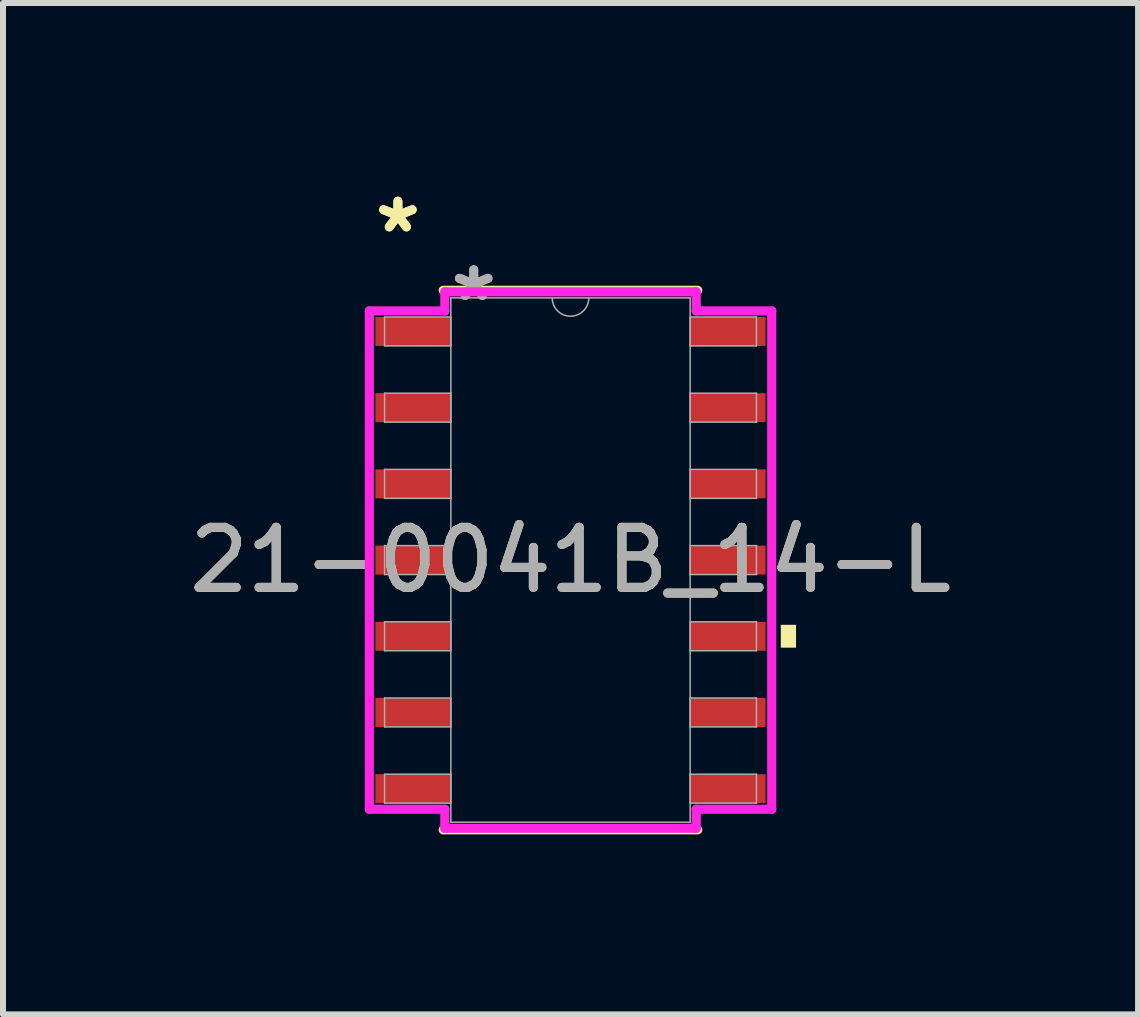
<source format=kicad_pcb>
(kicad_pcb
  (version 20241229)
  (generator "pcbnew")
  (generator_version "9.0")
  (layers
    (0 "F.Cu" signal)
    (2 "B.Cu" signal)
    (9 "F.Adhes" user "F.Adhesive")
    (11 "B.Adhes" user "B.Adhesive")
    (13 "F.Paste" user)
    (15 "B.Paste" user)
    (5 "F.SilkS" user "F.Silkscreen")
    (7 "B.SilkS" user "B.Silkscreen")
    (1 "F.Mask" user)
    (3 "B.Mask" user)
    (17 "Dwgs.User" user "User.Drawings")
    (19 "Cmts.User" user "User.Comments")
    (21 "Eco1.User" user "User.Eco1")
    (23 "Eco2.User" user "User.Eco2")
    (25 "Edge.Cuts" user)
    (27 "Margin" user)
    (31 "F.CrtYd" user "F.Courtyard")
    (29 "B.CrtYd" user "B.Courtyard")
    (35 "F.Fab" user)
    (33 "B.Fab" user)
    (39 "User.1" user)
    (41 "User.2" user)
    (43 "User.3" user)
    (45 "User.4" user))
  (footprint "21-0041B_14-L"
    (layer "F.Cu")
    (at 6.458 6.284)
    (property "Reference" "21-0041B_14-L" (at 0 0 0) (unlocked yes) (layer "F.SilkS") (effects (font (size 1 1) (thickness 0.15))))
    (attr smd)
    (fp_line (start -2.121 4.496) (end 2.121 4.496) (stroke (width 0.152) (type solid)) (layer "F.SilkS"))
    (fp_line (start 2.121 -4.496) (end -2.121 -4.496) (stroke (width 0.152) (type solid)) (layer "F.SilkS"))
    (fp_poly (pts (xy 3.759 1.079) (xy 3.759 1.46) (xy 3.505 1.46) (xy 3.505 1.079)) (stroke (width 0) (type solid)) (fill yes) (layer "F.SilkS"))
    (fp_line (start -3.353 -4.153) (end -2.095 -4.153) (stroke (width 0.152) (type solid)) (layer "F.CrtYd"))
    (fp_line (start -3.353 4.153) (end -3.353 -4.153) (stroke (width 0.152) (type solid)) (layer "F.CrtYd"))
    (fp_line (start -3.353 4.153) (end -2.095 4.153) (stroke (width 0.152) (type solid)) (layer "F.CrtYd"))
    (fp_line (start -2.095 -4.47) (end 2.095 -4.47) (stroke (width 0.152) (type solid)) (layer "F.CrtYd"))
    (fp_line (start -2.095 -4.153) (end -2.095 -4.47) (stroke (width 0.152) (type solid)) (layer "F.CrtYd"))
    (fp_line (start -2.095 4.47) (end -2.095 4.153) (stroke (width 0.152) (type solid)) (layer "F.CrtYd"))
    (fp_line (start 2.095 -4.47) (end 2.095 -4.153) (stroke (width 0.152) (type solid)) (layer "F.CrtYd"))
    (fp_line (start 2.095 4.153) (end 2.095 4.47) (stroke (width 0.152) (type solid)) (layer "F.CrtYd"))
    (fp_line (start 2.095 4.47) (end -2.095 4.47) (stroke (width 0.152) (type solid)) (layer "F.CrtYd"))
    (fp_line (start 3.353 -4.153) (end 2.095 -4.153) (stroke (width 0.152) (type solid)) (layer "F.CrtYd"))
    (fp_line (start 3.353 -4.153) (end 3.353 4.153) (stroke (width 0.152) (type solid)) (layer "F.CrtYd"))
    (fp_line (start 3.353 4.153) (end 2.095 4.153) (stroke (width 0.152) (type solid)) (layer "F.CrtYd"))
    (fp_line (start -3.099 -4.051) (end -3.099 -3.569) (stroke (width 0.025) (type solid)) (layer "F.Fab"))
    (fp_line (start -3.099 -3.569) (end -1.994 -3.569) (stroke (width 0.025) (type solid)) (layer "F.Fab"))
    (fp_line (start -3.099 -2.781) (end -3.099 -2.299) (stroke (width 0.025) (type solid)) (layer "F.Fab"))
    (fp_line (start -3.099 -2.299) (end -1.994 -2.299) (stroke (width 0.025) (type solid)) (layer "F.Fab"))
    (fp_line (start -3.099 -1.511) (end -3.099 -1.029) (stroke (width 0.025) (type solid)) (layer "F.Fab"))
    (fp_line (start -3.099 -1.029) (end -1.994 -1.029) (stroke (width 0.025) (type solid)) (layer "F.Fab"))
    (fp_line (start -3.099 -0.241) (end -3.099 0.241) (stroke (width 0.025) (type solid)) (layer "F.Fab"))
    (fp_line (start -3.099 0.241) (end -1.994 0.241) (stroke (width 0.025) (type solid)) (layer "F.Fab"))
    (fp_line (start -3.099 1.029) (end -3.099 1.511) (stroke (width 0.025) (type solid)) (layer "F.Fab"))
    (fp_line (start -3.099 1.511) (end -1.994 1.511) (stroke (width 0.025) (type solid)) (layer "F.Fab"))
    (fp_line (start -3.099 2.299) (end -3.099 2.781) (stroke (width 0.025) (type solid)) (layer "F.Fab"))
    (fp_line (start -3.099 2.781) (end -1.994 2.781) (stroke (width 0.025) (type solid)) (layer "F.Fab"))
    (fp_line (start -3.099 3.569) (end -3.099 4.051) (stroke (width 0.025) (type solid)) (layer "F.Fab"))
    (fp_line (start -3.099 4.051) (end -1.994 4.051) (stroke (width 0.025) (type solid)) (layer "F.Fab"))
    (fp_line (start -1.994 -4.369) (end -1.994 4.369) (stroke (width 0.025) (type solid)) (layer "F.Fab"))
    (fp_line (start -1.994 -4.051) (end -3.099 -4.051) (stroke (width 0.025) (type solid)) (layer "F.Fab"))
    (fp_line (start -1.994 -3.569) (end -1.994 -4.051) (stroke (width 0.025) (type solid)) (layer "F.Fab"))
    (fp_line (start -1.994 -2.781) (end -3.099 -2.781) (stroke (width 0.025) (type solid)) (layer "F.Fab"))
    (fp_line (start -1.994 -2.299) (end -1.994 -2.781) (stroke (width 0.025) (type solid)) (layer "F.Fab"))
    (fp_line (start -1.994 -1.511) (end -3.099 -1.511) (stroke (width 0.025) (type solid)) (layer "F.Fab"))
    (fp_line (start -1.994 -1.029) (end -1.994 -1.511) (stroke (width 0.025) (type solid)) (layer "F.Fab"))
    (fp_line (start -1.994 -0.241) (end -3.099 -0.241) (stroke (width 0.025) (type solid)) (layer "F.Fab"))
    (fp_line (start -1.994 0.241) (end -1.994 -0.241) (stroke (width 0.025) (type solid)) (layer "F.Fab"))
    (fp_line (start -1.994 1.029) (end -3.099 1.029) (stroke (width 0.025) (type solid)) (layer "F.Fab"))
    (fp_line (start -1.994 1.511) (end -1.994 1.029) (stroke (width 0.025) (type solid)) (layer "F.Fab"))
    (fp_line (start -1.994 2.299) (end -3.099 2.299) (stroke (width 0.025) (type solid)) (layer "F.Fab"))
    (fp_line (start -1.994 2.781) (end -1.994 2.299) (stroke (width 0.025) (type solid)) (layer "F.Fab"))
    (fp_line (start -1.994 3.569) (end -3.099 3.569) (stroke (width 0.025) (type solid)) (layer "F.Fab"))
    (fp_line (start -1.994 4.051) (end -1.994 3.569) (stroke (width 0.025) (type solid)) (layer "F.Fab"))
    (fp_line (start -1.994 4.369) (end 1.994 4.369) (stroke (width 0.025) (type solid)) (layer "F.Fab"))
    (fp_line (start 1.994 -4.369) (end -1.994 -4.369) (stroke (width 0.025) (type solid)) (layer "F.Fab"))
    (fp_line (start 1.994 -4.051) (end 1.994 -3.569) (stroke (width 0.025) (type solid)) (layer "F.Fab"))
    (fp_line (start 1.994 -3.569) (end 3.099 -3.569) (stroke (width 0.025) (type solid)) (layer "F.Fab"))
    (fp_line (start 1.994 -2.781) (end 1.994 -2.299) (stroke (width 0.025) (type solid)) (layer "F.Fab"))
    (fp_line (start 1.994 -2.299) (end 3.099 -2.299) (stroke (width 0.025) (type solid)) (layer "F.Fab"))
    (fp_line (start 1.994 -1.511) (end 1.994 -1.029) (stroke (width 0.025) (type solid)) (layer "F.Fab"))
    (fp_line (start 1.994 -1.029) (end 3.099 -1.029) (stroke (width 0.025) (type solid)) (layer "F.Fab"))
    (fp_line (start 1.994 -0.241) (end 1.994 0.241) (stroke (width 0.025) (type solid)) (layer "F.Fab"))
    (fp_line (start 1.994 0.241) (end 3.099 0.241) (stroke (width 0.025) (type solid)) (layer "F.Fab"))
    (fp_line (start 1.994 1.029) (end 1.994 1.511) (stroke (width 0.025) (type solid)) (layer "F.Fab"))
    (fp_line (start 1.994 1.511) (end 3.099 1.511) (stroke (width 0.025) (type solid)) (layer "F.Fab"))
    (fp_line (start 1.994 2.299) (end 1.994 2.781) (stroke (width 0.025) (type solid)) (layer "F.Fab"))
    (fp_line (start 1.994 2.781) (end 3.099 2.781) (stroke (width 0.025) (type solid)) (layer "F.Fab"))
    (fp_line (start 1.994 3.569) (end 1.994 4.051) (stroke (width 0.025) (type solid)) (layer "F.Fab"))
    (fp_line (start 1.994 4.051) (end 3.099 4.051) (stroke (width 0.025) (type solid)) (layer "F.Fab"))
    (fp_line (start 1.994 4.369) (end 1.994 -4.369) (stroke (width 0.025) (type solid)) (layer "F.Fab"))
    (fp_line (start 3.099 -4.051) (end 1.994 -4.051) (stroke (width 0.025) (type solid)) (layer "F.Fab"))
    (fp_line (start 3.099 -3.569) (end 3.099 -4.051) (stroke (width 0.025) (type solid)) (layer "F.Fab"))
    (fp_line (start 3.099 -2.781) (end 1.994 -2.781) (stroke (width 0.025) (type solid)) (layer "F.Fab"))
    (fp_line (start 3.099 -2.299) (end 3.099 -2.781) (stroke (width 0.025) (type solid)) (layer "F.Fab"))
    (fp_line (start 3.099 -1.511) (end 1.994 -1.511) (stroke (width 0.025) (type solid)) (layer "F.Fab"))
    (fp_line (start 3.099 -1.029) (end 3.099 -1.511) (stroke (width 0.025) (type solid)) (layer "F.Fab"))
    (fp_line (start 3.099 -0.241) (end 1.994 -0.241) (stroke (width 0.025) (type solid)) (layer "F.Fab"))
    (fp_line (start 3.099 0.241) (end 3.099 -0.241) (stroke (width 0.025) (type solid)) (layer "F.Fab"))
    (fp_line (start 3.099 1.029) (end 1.994 1.029) (stroke (width 0.025) (type solid)) (layer "F.Fab"))
    (fp_line (start 3.099 1.511) (end 3.099 1.029) (stroke (width 0.025) (type solid)) (layer "F.Fab"))
    (fp_line (start 3.099 2.299) (end 1.994 2.299) (stroke (width 0.025) (type solid)) (layer "F.Fab"))
    (fp_line (start 3.099 2.781) (end 3.099 2.299) (stroke (width 0.025) (type solid)) (layer "F.Fab"))
    (fp_line (start 3.099 3.569) (end 1.994 3.569) (stroke (width 0.025) (type solid)) (layer "F.Fab"))
    (fp_line (start 3.099 4.051) (end 3.099 3.569) (stroke (width 0.025) (type solid)) (layer "F.Fab"))
    (fp_arc (start 0.3048 -4.3688) (mid 0 -4.064) (end -0.3048 -4.3688) (stroke (width 0.0254) (type solid)) (layer "F.Fab"))
    (fp_text user "*" (at -2.877 -5.436 0) (layer "F.SilkS") (effects (font (size 1 1) (thickness 0.15))))
    (fp_text user "*" (at -2.877 -5.436 0) (unlocked yes) (layer "F.SilkS") (effects (font (size 1 1) (thickness 0.15))))
    (fp_text user "${REFERENCE}" (at 0 0 0) (unlocked yes) (layer "F.Fab") (effects (font (size 1 1) (thickness 0.15))))
    (fp_text user "*" (at -1.613 -4.293 0) (unlocked yes) (layer "F.Fab") (effects (font (size 1 1) (thickness 0.15))))
    (fp_text user "*" (at -1.613 -4.293 0) (layer "F.Fab") (effects (font (size 1 1) (thickness 0.15))))
    (pad "1" smd rect (at -2.623 -3.81) (size 1.257 0.483) (layers "F.Cu" "F.Mask" "F.Paste"))
    (pad "2" smd rect (at -2.623 -2.54) (size 1.257 0.483) (layers "F.Cu" "F.Mask" "F.Paste"))
    (pad "3" smd rect (at -2.623 -1.27) (size 1.257 0.483) (layers "F.Cu" "F.Mask" "F.Paste"))
    (pad "4" smd rect (at -2.623 0) (size 1.257 0.483) (layers "F.Cu" "F.Mask" "F.Paste"))
    (pad "5" smd rect (at -2.623 1.27) (size 1.257 0.483) (layers "F.Cu" "F.Mask" "F.Paste"))
    (pad "6" smd rect (at -2.623 2.54) (size 1.257 0.483) (layers "F.Cu" "F.Mask" "F.Paste"))
    (pad "7" smd rect (at -2.623 3.81) (size 1.257 0.483) (layers "F.Cu" "F.Mask" "F.Paste"))
    (pad "8" smd rect (at 2.623 3.81) (size 1.257 0.483) (layers "F.Cu" "F.Mask" "F.Paste"))
    (pad "9" smd rect (at 2.623 2.54) (size 1.257 0.483) (layers "F.Cu" "F.Mask" "F.Paste"))
    (pad "10" smd rect (at 2.623 1.27) (size 1.257 0.483) (layers "F.Cu" "F.Mask" "F.Paste"))
    (pad "11" smd rect (at 2.623 0) (size 1.257 0.483) (layers "F.Cu" "F.Mask" "F.Paste"))
    (pad "12" smd rect (at 2.623 -1.27) (size 1.257 0.483) (layers "F.Cu" "F.Mask" "F.Paste"))
    (pad "13" smd rect (at 2.623 -2.54) (size 1.257 0.483) (layers "F.Cu" "F.Mask" "F.Paste"))
    (pad "14" smd rect (at 2.623 -3.81) (size 1.257 0.483) (layers "F.Cu" "F.Mask" "F.Paste")))
  (gr_rect
    (start -3 -3)
    (end 15.917 13.856)
    (stroke (width 0.1) (type default))
    (fill no)
    (layer "Edge.Cuts")))
</source>
